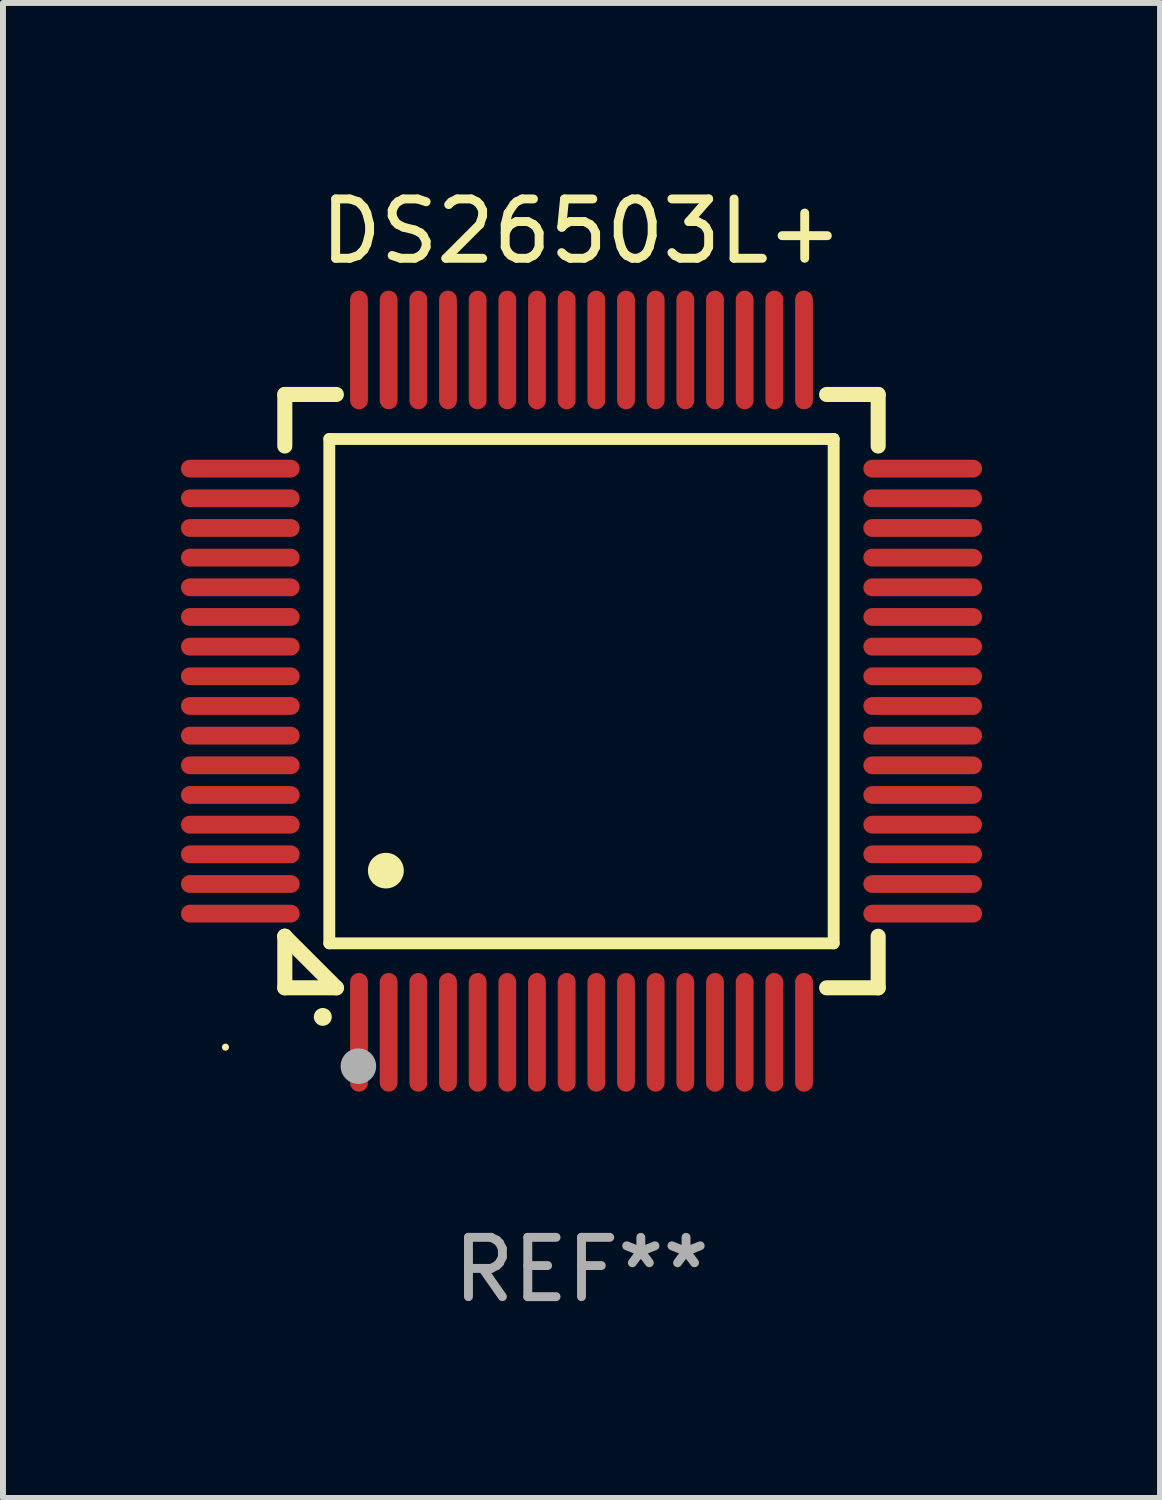
<source format=kicad_pcb>
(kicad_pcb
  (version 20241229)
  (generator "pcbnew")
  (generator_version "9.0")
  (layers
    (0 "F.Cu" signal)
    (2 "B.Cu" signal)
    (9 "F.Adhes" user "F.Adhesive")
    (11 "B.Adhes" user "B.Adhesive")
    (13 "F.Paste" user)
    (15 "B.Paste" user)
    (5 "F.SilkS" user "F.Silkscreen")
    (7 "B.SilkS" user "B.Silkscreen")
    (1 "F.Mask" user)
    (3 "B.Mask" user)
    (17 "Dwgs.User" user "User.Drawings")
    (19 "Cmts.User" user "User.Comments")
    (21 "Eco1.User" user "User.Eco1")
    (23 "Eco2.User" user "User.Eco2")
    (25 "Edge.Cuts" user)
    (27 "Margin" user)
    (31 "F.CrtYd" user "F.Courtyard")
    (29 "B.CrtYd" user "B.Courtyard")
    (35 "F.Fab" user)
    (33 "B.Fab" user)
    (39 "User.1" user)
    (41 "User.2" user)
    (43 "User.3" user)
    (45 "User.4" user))
  (footprint "DS26503L+"
    (layer "F.Cu")
    (at 6.75 8.598)
    (property "Reference" "DS26503L+" (at 0 -7.75 0) (layer "F.SilkS") (effects (font (size 1 1) (thickness 0.15))))
    (attr through_hole)
    (fp_line (start -5 -5) (end -4.131 -5) (stroke (width 0.254) (type solid)) (layer "F.SilkS"))
    (fp_line (start -5 -4.131) (end -5 -5) (stroke (width 0.254) (type solid)) (layer "F.SilkS"))
    (fp_line (start -5 4.131) (end -5 4.131) (stroke (width 0.254) (type solid)) (layer "F.SilkS"))
    (fp_line (start -5 5) (end -5 4.131) (stroke (width 0.254) (type solid)) (layer "F.SilkS"))
    (fp_line (start -5 4.131) (end -4.131 5) (stroke (width 0.254) (type solid)) (layer "F.SilkS"))
    (fp_line (start -4.25 -4.25) (end -4.25 4.25) (stroke (width 0.2) (type solid)) (layer "F.SilkS"))
    (fp_line (start -4.25 4.25) (end 4.25 4.25) (stroke (width 0.2) (type solid)) (layer "F.SilkS"))
    (fp_line (start -4.131 5) (end -5 5) (stroke (width 0.254) (type solid)) (layer "F.SilkS"))
    (fp_line (start 4.25 -4.25) (end -4.25 -4.25) (stroke (width 0.2) (type solid)) (layer "F.SilkS"))
    (fp_line (start 4.25 4.25) (end 4.25 -4.25) (stroke (width 0.2) (type solid)) (layer "F.SilkS"))
    (fp_line (start 5 -5) (end 4.131 -5) (stroke (width 0.254) (type solid)) (layer "F.SilkS"))
    (fp_line (start 5 -5) (end 5 -4.131) (stroke (width 0.254) (type solid)) (layer "F.SilkS"))
    (fp_line (start 5 4.131) (end 5 5) (stroke (width 0.254) (type solid)) (layer "F.SilkS"))
    (fp_line (start 5 5) (end 4.131 5) (stroke (width 0.254) (type solid)) (layer "F.SilkS"))
    (fp_arc (start -4.361265 5.489992) (mid -4.359995 5.489987) (end -4.358725 5.489992) (stroke (width 0.3) (type solid)) (layer "F.SilkS"))
    (fp_arc (start -3.299467 3.025146) (mid -3.296927 3.025135) (end -3.294387 3.025146) (stroke (width 0.6) (type solid)) (layer "F.SilkS"))
    (fp_circle (center -6 6) (end -5.97 6) (stroke (width 0.06) (type solid)) (fill no) (layer "F.SilkS"))
    (fp_circle (center -3.76 6.32) (end -3.61 6.32) (stroke (width 0.3) (type solid)) (fill no) (layer "F.Fab"))
    (fp_text user "REF**" (at 0 9.75 0) (layer "F.Fab") (effects (font (size 1 1) (thickness 0.15))))
    (pad "1" smd oval (at -3.75 5.75) (size 0.3 2) (layers "F.Cu" "F.Mask" "F.Paste"))
    (pad "2" smd oval (at -3.25 5.75) (size 0.3 2) (layers "F.Cu" "F.Mask" "F.Paste"))
    (pad "3" smd oval (at -2.75 5.75) (size 0.3 2) (layers "F.Cu" "F.Mask" "F.Paste"))
    (pad "4" smd oval (at -2.25 5.75) (size 0.3 2) (layers "F.Cu" "F.Mask" "F.Paste"))
    (pad "5" smd oval (at -1.75 5.75) (size 0.3 2) (layers "F.Cu" "F.Mask" "F.Paste"))
    (pad "6" smd oval (at -1.25 5.75) (size 0.3 2) (layers "F.Cu" "F.Mask" "F.Paste"))
    (pad "7" smd oval (at -0.75 5.75) (size 0.3 2) (layers "F.Cu" "F.Mask" "F.Paste"))
    (pad "8" smd oval (at -0.25 5.75) (size 0.3 2) (layers "F.Cu" "F.Mask" "F.Paste"))
    (pad "9" smd oval (at 0.25 5.75) (size 0.3 2) (layers "F.Cu" "F.Mask" "F.Paste"))
    (pad "10" smd oval (at 0.75 5.75) (size 0.3 2) (layers "F.Cu" "F.Mask" "F.Paste"))
    (pad "11" smd oval (at 1.25 5.75) (size 0.3 2) (layers "F.Cu" "F.Mask" "F.Paste"))
    (pad "12" smd oval (at 1.75 5.75) (size 0.3 2) (layers "F.Cu" "F.Mask" "F.Paste"))
    (pad "13" smd oval (at 2.25 5.75) (size 0.3 2) (layers "F.Cu" "F.Mask" "F.Paste"))
    (pad "14" smd oval (at 2.75 5.75) (size 0.3 2) (layers "F.Cu" "F.Mask" "F.Paste"))
    (pad "15" smd oval (at 3.25 5.75) (size 0.3 2) (layers "F.Cu" "F.Mask" "F.Paste"))
    (pad "16" smd oval (at 3.75 5.75) (size 0.3 2) (layers "F.Cu" "F.Mask" "F.Paste"))
    (pad "17" smd oval (at 5.75 3.75) (size 2 0.3) (layers "F.Cu" "F.Mask" "F.Paste"))
    (pad "18" smd oval (at 5.75 3.25) (size 2 0.3) (layers "F.Cu" "F.Mask" "F.Paste"))
    (pad "19" smd oval (at 5.75 2.75) (size 2 0.3) (layers "F.Cu" "F.Mask" "F.Paste"))
    (pad "20" smd oval (at 5.75 2.25) (size 2 0.3) (layers "F.Cu" "F.Mask" "F.Paste"))
    (pad "21" smd oval (at 5.75 1.75) (size 2 0.3) (layers "F.Cu" "F.Mask" "F.Paste"))
    (pad "22" smd oval (at 5.75 1.25) (size 2 0.3) (layers "F.Cu" "F.Mask" "F.Paste"))
    (pad "23" smd oval (at 5.75 0.75) (size 2 0.3) (layers "F.Cu" "F.Mask" "F.Paste"))
    (pad "24" smd oval (at 5.75 0.25) (size 2 0.3) (layers "F.Cu" "F.Mask" "F.Paste"))
    (pad "25" smd oval (at 5.75 -0.25) (size 2 0.3) (layers "F.Cu" "F.Mask" "F.Paste"))
    (pad "26" smd oval (at 5.75 -0.75) (size 2 0.3) (layers "F.Cu" "F.Mask" "F.Paste"))
    (pad "27" smd oval (at 5.75 -1.25) (size 2 0.3) (layers "F.Cu" "F.Mask" "F.Paste"))
    (pad "28" smd oval (at 5.75 -1.75) (size 2 0.3) (layers "F.Cu" "F.Mask" "F.Paste"))
    (pad "29" smd oval (at 5.75 -2.25) (size 2 0.3) (layers "F.Cu" "F.Mask" "F.Paste"))
    (pad "30" smd oval (at 5.75 -2.75) (size 2 0.3) (layers "F.Cu" "F.Mask" "F.Paste"))
    (pad "31" smd oval (at 5.75 -3.25) (size 2 0.3) (layers "F.Cu" "F.Mask" "F.Paste"))
    (pad "32" smd oval (at 5.75 -3.75) (size 2 0.3) (layers "F.Cu" "F.Mask" "F.Paste"))
    (pad "33" smd oval (at 3.75 -5.75) (size 0.3 2) (layers "F.Cu" "F.Mask" "F.Paste"))
    (pad "34" smd oval (at 3.25 -5.75) (size 0.3 2) (layers "F.Cu" "F.Mask" "F.Paste"))
    (pad "35" smd oval (at 2.75 -5.75) (size 0.3 2) (layers "F.Cu" "F.Mask" "F.Paste"))
    (pad "36" smd oval (at 2.25 -5.75) (size 0.3 2) (layers "F.Cu" "F.Mask" "F.Paste"))
    (pad "37" smd oval (at 1.75 -5.75) (size 0.3 2) (layers "F.Cu" "F.Mask" "F.Paste"))
    (pad "38" smd oval (at 1.25 -5.75) (size 0.3 2) (layers "F.Cu" "F.Mask" "F.Paste"))
    (pad "39" smd oval (at 0.75 -5.75) (size 0.3 2) (layers "F.Cu" "F.Mask" "F.Paste"))
    (pad "40" smd oval (at 0.25 -5.75) (size 0.3 2) (layers "F.Cu" "F.Mask" "F.Paste"))
    (pad "41" smd oval (at -0.25 -5.75) (size 0.3 2) (layers "F.Cu" "F.Mask" "F.Paste"))
    (pad "42" smd oval (at -0.75 -5.75) (size 0.3 2) (layers "F.Cu" "F.Mask" "F.Paste"))
    (pad "43" smd oval (at -1.25 -5.75) (size 0.3 2) (layers "F.Cu" "F.Mask" "F.Paste"))
    (pad "44" smd oval (at -1.75 -5.75) (size 0.3 2) (layers "F.Cu" "F.Mask" "F.Paste"))
    (pad "45" smd oval (at -2.25 -5.75) (size 0.3 2) (layers "F.Cu" "F.Mask" "F.Paste"))
    (pad "46" smd oval (at -2.75 -5.75) (size 0.3 2) (layers "F.Cu" "F.Mask" "F.Paste"))
    (pad "47" smd oval (at -3.25 -5.75) (size 0.3 2) (layers "F.Cu" "F.Mask" "F.Paste"))
    (pad "48" smd oval (at -3.75 -5.75) (size 0.3 2) (layers "F.Cu" "F.Mask" "F.Paste"))
    (pad "49" smd oval (at -5.75 -3.75) (size 2 0.3) (layers "F.Cu" "F.Mask" "F.Paste"))
    (pad "50" smd oval (at -5.75 -3.25) (size 2 0.3) (layers "F.Cu" "F.Mask" "F.Paste"))
    (pad "51" smd oval (at -5.75 -2.75) (size 2 0.3) (layers "F.Cu" "F.Mask" "F.Paste"))
    (pad "52" smd oval (at -5.75 -2.25) (size 2 0.3) (layers "F.Cu" "F.Mask" "F.Paste"))
    (pad "53" smd oval (at -5.75 -1.75) (size 2 0.3) (layers "F.Cu" "F.Mask" "F.Paste"))
    (pad "54" smd oval (at -5.75 -1.25) (size 2 0.3) (layers "F.Cu" "F.Mask" "F.Paste"))
    (pad "55" smd oval (at -5.75 -0.75) (size 2 0.3) (layers "F.Cu" "F.Mask" "F.Paste"))
    (pad "56" smd oval (at -5.75 -0.25) (size 2 0.3) (layers "F.Cu" "F.Mask" "F.Paste"))
    (pad "57" smd oval (at -5.75 0.25) (size 2 0.3) (layers "F.Cu" "F.Mask" "F.Paste"))
    (pad "58" smd oval (at -5.75 0.75) (size 2 0.3) (layers "F.Cu" "F.Mask" "F.Paste"))
    (pad "59" smd oval (at -5.75 1.25) (size 2 0.3) (layers "F.Cu" "F.Mask" "F.Paste"))
    (pad "60" smd oval (at -5.75 1.75) (size 2 0.3) (layers "F.Cu" "F.Mask" "F.Paste"))
    (pad "61" smd oval (at -5.75 2.25) (size 2 0.3) (layers "F.Cu" "F.Mask" "F.Paste"))
    (pad "62" smd oval (at -5.75 2.75) (size 2 0.3) (layers "F.Cu" "F.Mask" "F.Paste"))
    (pad "63" smd oval (at -5.75 3.25) (size 2 0.3) (layers "F.Cu" "F.Mask" "F.Paste"))
    (pad "64" smd oval (at -5.75 3.75) (size 2 0.3) (layers "F.Cu" "F.Mask" "F.Paste")))
  (gr_rect
    (start -3 -3)
    (end 16.5 22.196)
    (stroke (width 0.1) (type default))
    (fill no)
    (layer "Edge.Cuts")))
</source>
